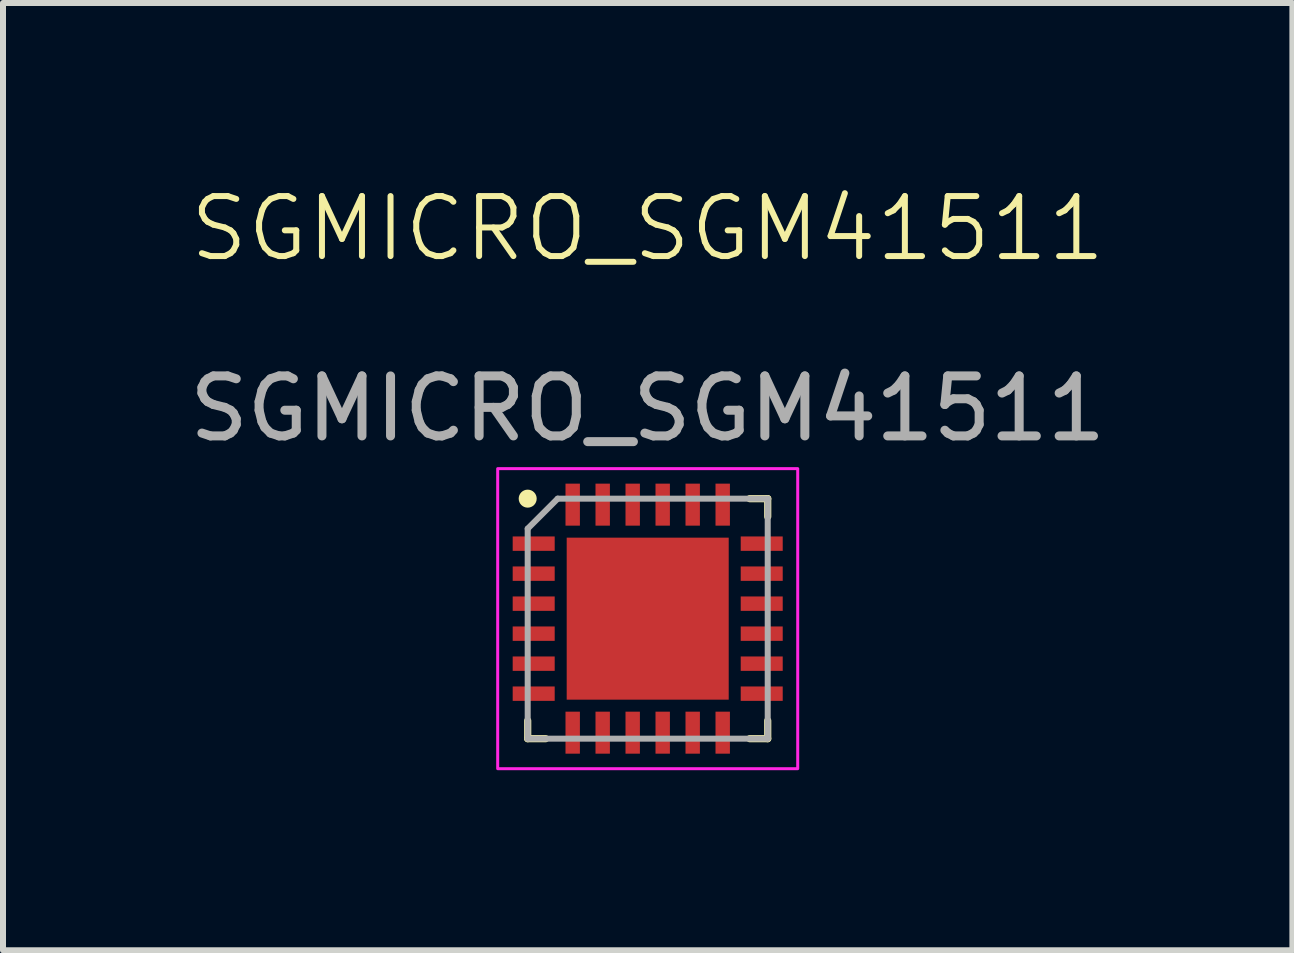
<source format=kicad_pcb>
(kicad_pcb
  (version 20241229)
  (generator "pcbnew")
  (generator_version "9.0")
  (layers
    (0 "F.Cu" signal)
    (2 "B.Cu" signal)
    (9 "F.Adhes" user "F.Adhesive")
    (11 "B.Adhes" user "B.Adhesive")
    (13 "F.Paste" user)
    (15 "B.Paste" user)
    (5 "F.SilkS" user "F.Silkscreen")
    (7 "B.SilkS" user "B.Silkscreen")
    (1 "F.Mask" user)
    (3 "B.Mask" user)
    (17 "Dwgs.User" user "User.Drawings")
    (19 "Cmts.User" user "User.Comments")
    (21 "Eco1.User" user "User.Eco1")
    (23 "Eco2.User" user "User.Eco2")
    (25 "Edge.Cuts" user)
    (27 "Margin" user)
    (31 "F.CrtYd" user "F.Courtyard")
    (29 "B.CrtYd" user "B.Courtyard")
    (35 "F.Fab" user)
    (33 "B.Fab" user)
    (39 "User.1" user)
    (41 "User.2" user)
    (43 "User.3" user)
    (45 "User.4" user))
  (footprint "SGMICRO_SGM41511"
    (layer "F.Cu")
    (at 7.744 1.26)
    (property "Reference" "SGMICRO_SGM41511" (at 0 -0.5 0) (unlocked yes) (layer "F.SilkS") (effects (font (size 1 1) (thickness 0.1))))
    (attr smd)
    (fp_line (start -2 8) (end -2 7.7) (stroke (width 0.12) (type default)) (layer "F.SilkS"))
    (fp_line (start -2 8) (end -1.7 8) (stroke (width 0.12) (type default)) (layer "F.SilkS"))
    (fp_line (start 2 4) (end 1.7 4) (stroke (width 0.12) (type default)) (layer "F.SilkS"))
    (fp_line (start 2 4) (end 2 4.3) (stroke (width 0.12) (type default)) (layer "F.SilkS"))
    (fp_line (start 2 8) (end 1.7 8) (stroke (width 0.12) (type default)) (layer "F.SilkS"))
    (fp_line (start 2 8) (end 2 7.7) (stroke (width 0.12) (type default)) (layer "F.SilkS"))
    (fp_circle (center -2 4) (end -1.9 4) (stroke (width 0.1) (type solid)) (fill yes) (layer "F.SilkS"))
    (fp_rect (start -2.5 3.5) (end 2.5 8.5) (stroke (width 0.05) (type default)) (fill no) (layer "F.CrtYd"))
    (fp_line (start -2 4.5) (end -1.5 4) (stroke (width 0.1) (type default)) (layer "F.Fab"))
    (fp_line (start -2 8) (end -2 4.5) (stroke (width 0.1) (type default)) (layer "F.Fab"))
    (fp_line (start -1.5 4) (end 2 4) (stroke (width 0.1) (type default)) (layer "F.Fab"))
    (fp_line (start 2 4) (end 2 8) (stroke (width 0.1) (type default)) (layer "F.Fab"))
    (fp_line (start 2 8) (end -2 8) (stroke (width 0.1) (type default)) (layer "F.Fab"))
    (fp_text user "${REFERENCE}" (at 0 2.5 0) (unlocked yes) (layer "F.Fab") (effects (font (size 1 1) (thickness 0.15))))
    (pad "1" smd rect (at -1.9 4.75 90) (size 0.24 0.7) (layers "F.Cu" "F.Mask" "F.Paste"))
    (pad "2" smd rect (at -1.9 5.25 90) (size 0.24 0.7) (layers "F.Cu" "F.Mask" "F.Paste"))
    (pad "3" smd rect (at -1.9 5.75 90) (size 0.24 0.7) (layers "F.Cu" "F.Mask" "F.Paste"))
    (pad "4" smd rect (at -1.9 6.25 90) (size 0.24 0.7) (layers "F.Cu" "F.Mask" "F.Paste"))
    (pad "5" smd rect (at -1.9 6.75 90) (size 0.24 0.7) (layers "F.Cu" "F.Mask" "F.Paste"))
    (pad "6" smd rect (at -1.9 7.25 90) (size 0.24 0.7) (layers "F.Cu" "F.Mask" "F.Paste"))
    (pad "7" smd rect (at -1.25 7.9 180) (size 0.24 0.7) (layers "F.Cu" "F.Mask" "F.Paste"))
    (pad "8" smd rect (at -0.75 7.9 180) (size 0.24 0.7) (layers "F.Cu" "F.Mask" "F.Paste"))
    (pad "9" smd rect (at -0.25 7.9 180) (size 0.24 0.7) (layers "F.Cu" "F.Mask" "F.Paste"))
    (pad "10" smd rect (at 0.25 7.9 180) (size 0.24 0.7) (layers "F.Cu" "F.Mask" "F.Paste"))
    (pad "11" smd rect (at 0.75 7.9 180) (size 0.24 0.7) (layers "F.Cu" "F.Mask" "F.Paste"))
    (pad "12" smd rect (at 1.25 7.9 180) (size 0.24 0.7) (layers "F.Cu" "F.Mask" "F.Paste"))
    (pad "13" smd rect (at 1.9 7.25 90) (size 0.24 0.7) (layers "F.Cu" "F.Mask" "F.Paste"))
    (pad "14" smd rect (at 1.9 6.75 90) (size 0.24 0.7) (layers "F.Cu" "F.Mask" "F.Paste"))
    (pad "15" smd rect (at 1.9 6.25 90) (size 0.24 0.7) (layers "F.Cu" "F.Mask" "F.Paste"))
    (pad "16" smd rect (at 1.9 5.75 90) (size 0.24 0.7) (layers "F.Cu" "F.Mask" "F.Paste"))
    (pad "17" smd rect (at 1.9 5.25 90) (size 0.24 0.7) (layers "F.Cu" "F.Mask" "F.Paste"))
    (pad "18" smd rect (at 1.9 4.75 90) (size 0.24 0.7) (layers "F.Cu" "F.Mask" "F.Paste"))
    (pad "19" smd rect (at 1.25 4.1 180) (size 0.24 0.7) (layers "F.Cu" "F.Mask" "F.Paste"))
    (pad "20" smd rect (at 0.75 4.1 180) (size 0.24 0.7) (layers "F.Cu" "F.Mask" "F.Paste"))
    (pad "21" smd rect (at 0.25 4.1 180) (size 0.24 0.7) (layers "F.Cu" "F.Mask" "F.Paste"))
    (pad "22" smd rect (at -0.25 4.1 180) (size 0.24 0.7) (layers "F.Cu" "F.Mask" "F.Paste"))
    (pad "23" smd rect (at -0.75 4.1 180) (size 0.24 0.7) (layers "F.Cu" "F.Mask" "F.Paste"))
    (pad "24" smd rect (at -1.25 4.1 180) (size 0.24 0.7) (layers "F.Cu" "F.Mask" "F.Paste"))
    (pad "25" smd rect (at 0 6) (size 2.7 2.7) (layers "F.Cu" "F.Mask" "F.Paste")))
  (gr_rect
    (start -3 -3)
    (end 18.488 12.786)
    (stroke (width 0.1) (type default))
    (fill no)
    (layer "Edge.Cuts")))
</source>
